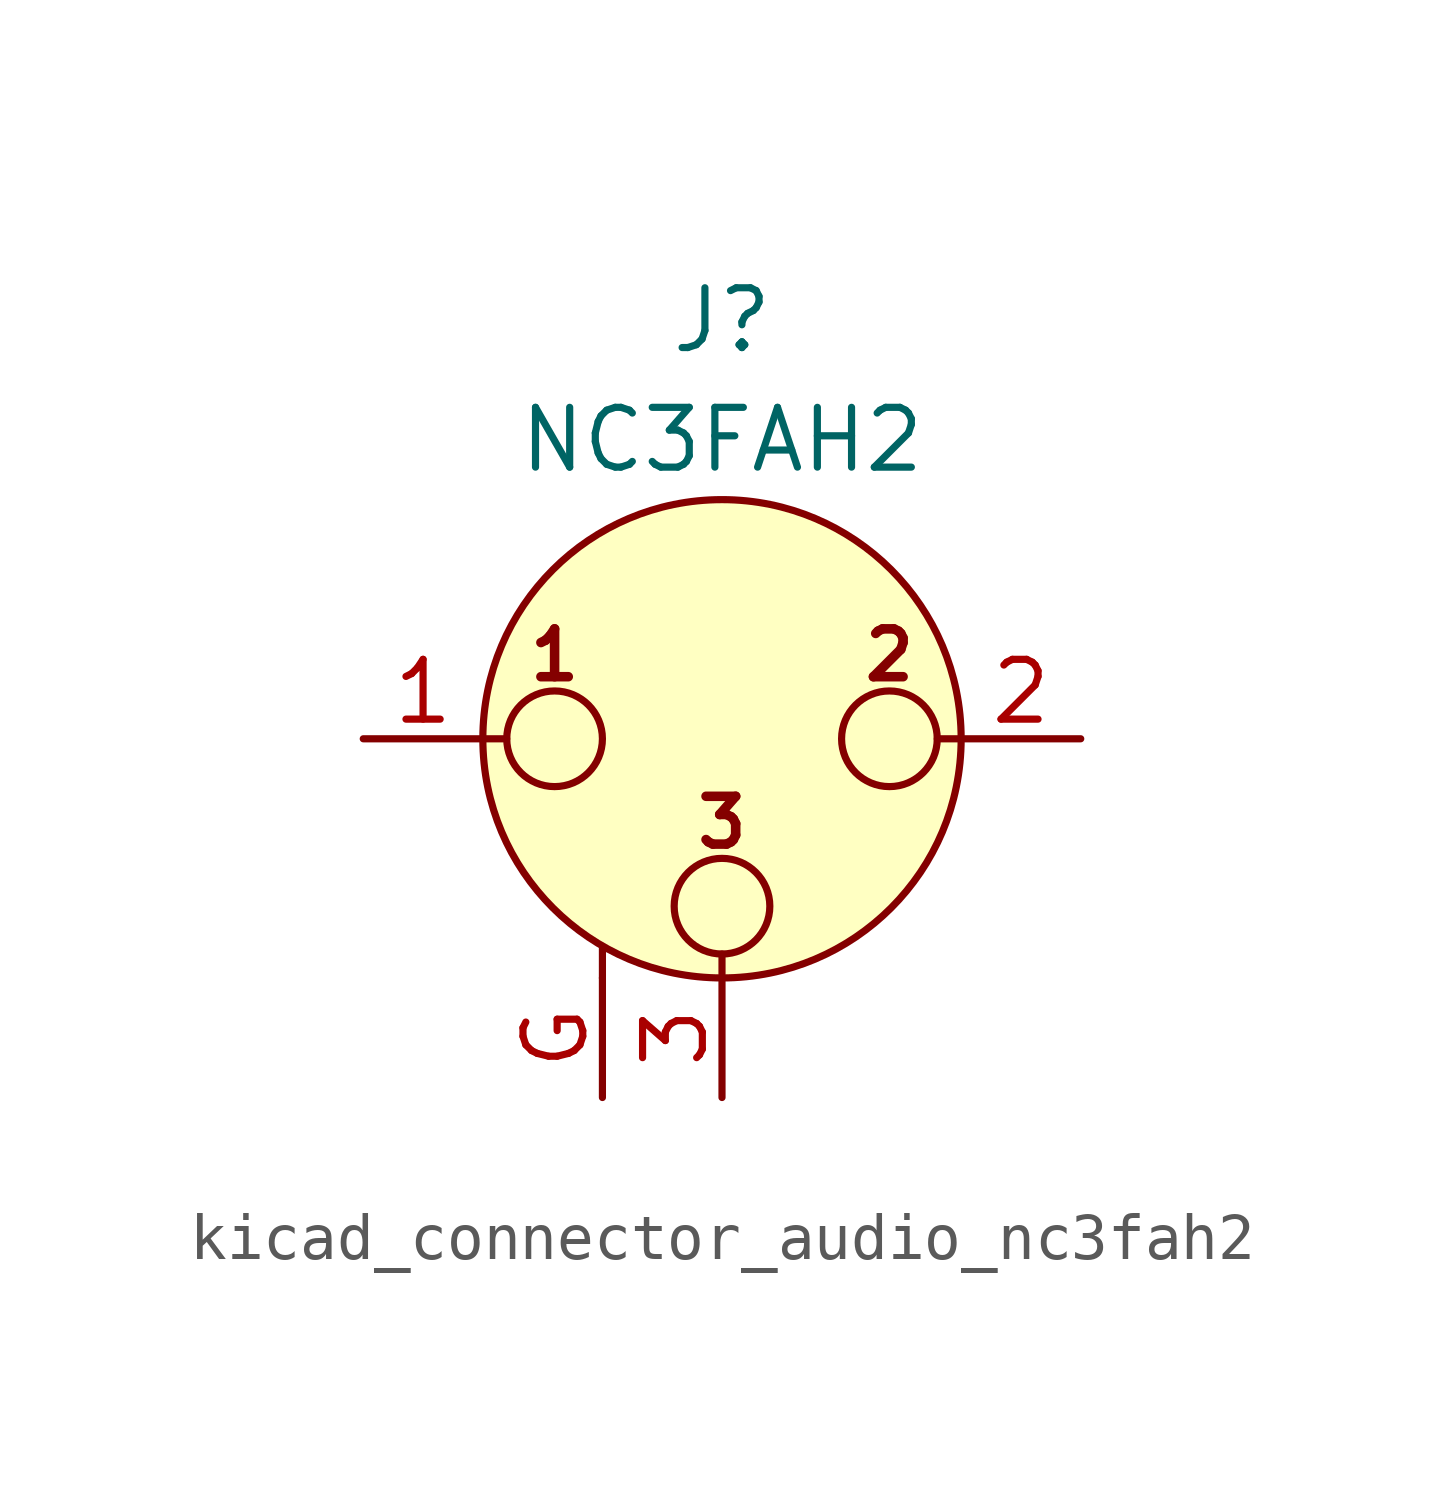
<source format=kicad_sym>
(kicad_symbol_lib
  (version 20220914)
  (generator kicad_symbol_editor)
  (symbol "kicad_connector_audio_nc3fah2"
    (pin_names hide)
    (property "Reference" "J"
      (at 0 8.89 0)
      (effects (font (size 1.27 1.27))))
    (property "Value" "NC3FAH2"
      (at 0 6.35 0)
      (effects (font (size 1.27 1.27))))
    (symbol "kicad_connector_audio_nc3fah2_0_1"
      (circle (center -3.556 0) (radius 1.016) (stroke (width 0) (type default)) (fill (type none)))
      (circle (center 0 -3.556) (radius 1.016) (stroke (width 0) (type default)) (fill (type none)))
      (polyline (pts (xy -5.08 0) (xy -4.572 0)) (stroke (width 0) (type default)) (fill (type none)))
      (polyline (pts (xy -2.54 -5.08) (xy -2.54 -4.445)) (stroke (width 0) (type default)) (fill (type none)))
      (polyline (pts (xy 0 -5.08) (xy 0 -4.572)) (stroke (width 0) (type default)) (fill (type none)))
      (polyline (pts (xy 5.08 0) (xy 4.572 0)) (stroke (width 0) (type default)) (fill (type none)))
      (circle (center 0 0) (radius 5.08) (stroke (width 0) (type default)) (fill (type background)))
      (circle (center 3.556 0) (radius 1.016) (stroke (width 0) (type default)) (fill (type none)))
      (text "1" (at -3.556 1.778 0) (effects (font (size 1.016 1.016) bold)))
      (text "2" (at 3.556 1.778 0) (effects (font (size 1.016 1.016) bold)))
      (text "3" (at 0 -1.778 0) (effects (font (size 1.016 1.016) bold)))
      (pin passive line (at -7.62 0 0) (length 2.54) (name "~" (effects (font (size 1.27 1.27)))) (number "1" (effects (font (size 1.27 1.27)))))
      (pin passive line (at 7.62 0 180) (length 2.54) (name "~" (effects (font (size 1.27 1.27)))) (number "2" (effects (font (size 1.27 1.27)))))
      (pin passive line (at 0 -7.62 90) (length 2.54) (name "~" (effects (font (size 1.27 1.27)))) (number "3" (effects (font (size 1.27 1.27))))))
    (symbol "kicad_connector_audio_nc3fah2_1_1"
      (pin passive line (at -2.54 -7.62 90) (length 2.54) (name "~" (effects (font (size 1.27 1.27)))) (number "G" (effects (font (size 1.27 1.27))))))))
</source>
